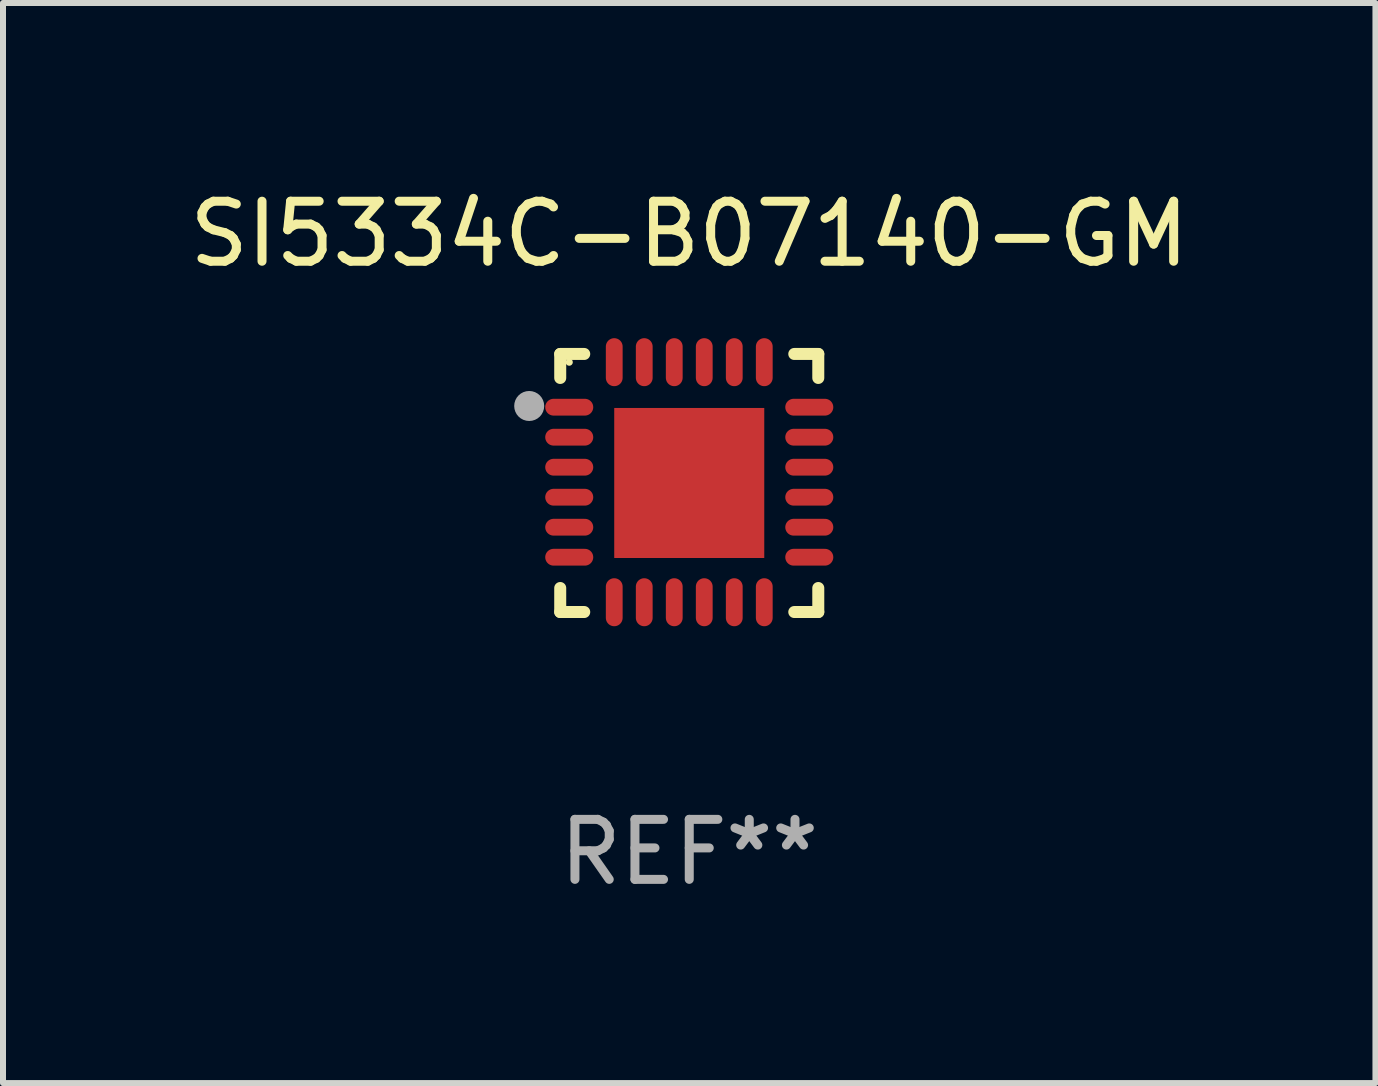
<source format=kicad_pcb>
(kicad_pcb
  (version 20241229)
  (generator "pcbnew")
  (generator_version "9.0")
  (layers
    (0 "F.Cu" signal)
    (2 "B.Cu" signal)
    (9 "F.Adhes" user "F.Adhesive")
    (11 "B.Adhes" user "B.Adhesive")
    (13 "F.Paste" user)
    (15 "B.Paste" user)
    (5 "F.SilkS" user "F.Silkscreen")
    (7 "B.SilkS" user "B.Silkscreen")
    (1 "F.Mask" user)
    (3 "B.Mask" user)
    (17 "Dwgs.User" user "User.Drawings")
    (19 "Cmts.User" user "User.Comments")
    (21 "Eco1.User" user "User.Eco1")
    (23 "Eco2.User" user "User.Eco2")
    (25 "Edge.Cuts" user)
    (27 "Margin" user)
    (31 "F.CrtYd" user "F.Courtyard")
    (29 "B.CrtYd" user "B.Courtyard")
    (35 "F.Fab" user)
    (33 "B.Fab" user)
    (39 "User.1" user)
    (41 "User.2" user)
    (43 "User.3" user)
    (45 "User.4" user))
  (footprint "SI5334C-B07140-GM"
    (layer "F.Cu")
    (at 8.435 4.998)
    (property "Reference" "SI5334C-B07140-GM" (at 0 -4.15 0) (layer "F.SilkS") (effects (font (size 1 1) (thickness 0.15))))
    (attr through_hole)
    (fp_line (start -2.15 -2.15) (end -1.75 -2.15) (stroke (width 0.2) (type solid)) (layer "F.SilkS"))
    (fp_line (start -2.15 -1.75) (end -2.15 -2.15) (stroke (width 0.2) (type solid)) (layer "F.SilkS"))
    (fp_line (start -2.15 2.15) (end -2.15 1.75) (stroke (width 0.2) (type solid)) (layer "F.SilkS"))
    (fp_line (start -1.75 2.15) (end -2.15 2.15) (stroke (width 0.2) (type solid)) (layer "F.SilkS"))
    (fp_line (start 1.75 -2.15) (end 2.15 -2.15) (stroke (width 0.2) (type solid)) (layer "F.SilkS"))
    (fp_line (start 1.75 2.15) (end 2.15 2.15) (stroke (width 0.2) (type solid)) (layer "F.SilkS"))
    (fp_line (start 2.15 -2.15) (end 2.15 -1.75) (stroke (width 0.2) (type solid)) (layer "F.SilkS"))
    (fp_line (start 2.15 2.15) (end 2.15 1.75) (stroke (width 0.2) (type solid)) (layer "F.SilkS"))
    (fp_circle (center -2 -2.013) (end -1.97 -2.013) (stroke (width 0.06) (type solid)) (fill no) (layer "F.SilkS"))
    (fp_circle (center -2.667 -1.283) (end -2.542 -1.283) (stroke (width 0.25) (type solid)) (fill no) (layer "F.Fab"))
    (fp_text user "REF**" (at 0 6.15 0) (layer "F.Fab") (effects (font (size 1 1) (thickness 0.15))))
    (pad "1" smd oval (at -2 -1.263) (size 0.8 0.28) (layers "F.Cu" "F.Mask" "F.Paste"))
    (pad "2" smd oval (at -2 -0.763) (size 0.8 0.28) (layers "F.Cu" "F.Mask" "F.Paste"))
    (pad "3" smd oval (at -2 -0.263) (size 0.8 0.28) (layers "F.Cu" "F.Mask" "F.Paste"))
    (pad "4" smd oval (at -2 0.237) (size 0.8 0.28) (layers "F.Cu" "F.Mask" "F.Paste"))
    (pad "5" smd oval (at -2 0.737) (size 0.8 0.28) (layers "F.Cu" "F.Mask" "F.Paste"))
    (pad "6" smd oval (at -2 1.237) (size 0.8 0.28) (layers "F.Cu" "F.Mask" "F.Paste"))
    (pad "7" smd oval (at -1.25 1.987) (size 0.28 0.8) (layers "F.Cu" "F.Mask" "F.Paste"))
    (pad "8" smd oval (at -0.75 1.987) (size 0.28 0.8) (layers "F.Cu" "F.Mask" "F.Paste"))
    (pad "9" smd oval (at -0.25 1.987) (size 0.28 0.8) (layers "F.Cu" "F.Mask" "F.Paste"))
    (pad "10" smd oval (at 0.25 1.987) (size 0.28 0.8) (layers "F.Cu" "F.Mask" "F.Paste"))
    (pad "11" smd oval (at 0.75 1.987) (size 0.28 0.8) (layers "F.Cu" "F.Mask" "F.Paste"))
    (pad "12" smd oval (at 1.25 1.987) (size 0.28 0.8) (layers "F.Cu" "F.Mask" "F.Paste"))
    (pad "13" smd oval (at 2 1.237) (size 0.8 0.28) (layers "F.Cu" "F.Mask" "F.Paste"))
    (pad "14" smd oval (at 2 0.737) (size 0.8 0.28) (layers "F.Cu" "F.Mask" "F.Paste"))
    (pad "15" smd oval (at 2 0.237) (size 0.8 0.28) (layers "F.Cu" "F.Mask" "F.Paste"))
    (pad "16" smd oval (at 2 -0.263) (size 0.8 0.28) (layers "F.Cu" "F.Mask" "F.Paste"))
    (pad "17" smd oval (at 2 -0.763) (size 0.8 0.28) (layers "F.Cu" "F.Mask" "F.Paste"))
    (pad "18" smd oval (at 2 -1.263) (size 0.8 0.28) (layers "F.Cu" "F.Mask" "F.Paste"))
    (pad "19" smd oval (at 1.25 -2.013) (size 0.28 0.8) (layers "F.Cu" "F.Mask" "F.Paste"))
    (pad "20" smd oval (at 0.75 -2.013) (size 0.28 0.8) (layers "F.Cu" "F.Mask" "F.Paste"))
    (pad "21" smd oval (at 0.25 -2.013) (size 0.28 0.8) (layers "F.Cu" "F.Mask" "F.Paste"))
    (pad "22" smd oval (at -0.25 -2.013) (size 0.28 0.8) (layers "F.Cu" "F.Mask" "F.Paste"))
    (pad "23" smd oval (at -0.75 -2.013) (size 0.28 0.8) (layers "F.Cu" "F.Mask" "F.Paste"))
    (pad "24" smd oval (at -1.25 -2.013) (size 0.28 0.8) (layers "F.Cu" "F.Mask" "F.Paste"))
    (pad "25" smd rect (at -0.000127 -0.00014) (size 2.5 2.5) (layers "F.Cu" "F.Mask" "F.Paste")))
  (gr_rect
    (start -3 -3)
    (end 19.869 14.997)
    (stroke (width 0.1) (type default))
    (fill no)
    (layer "Edge.Cuts")))
</source>
